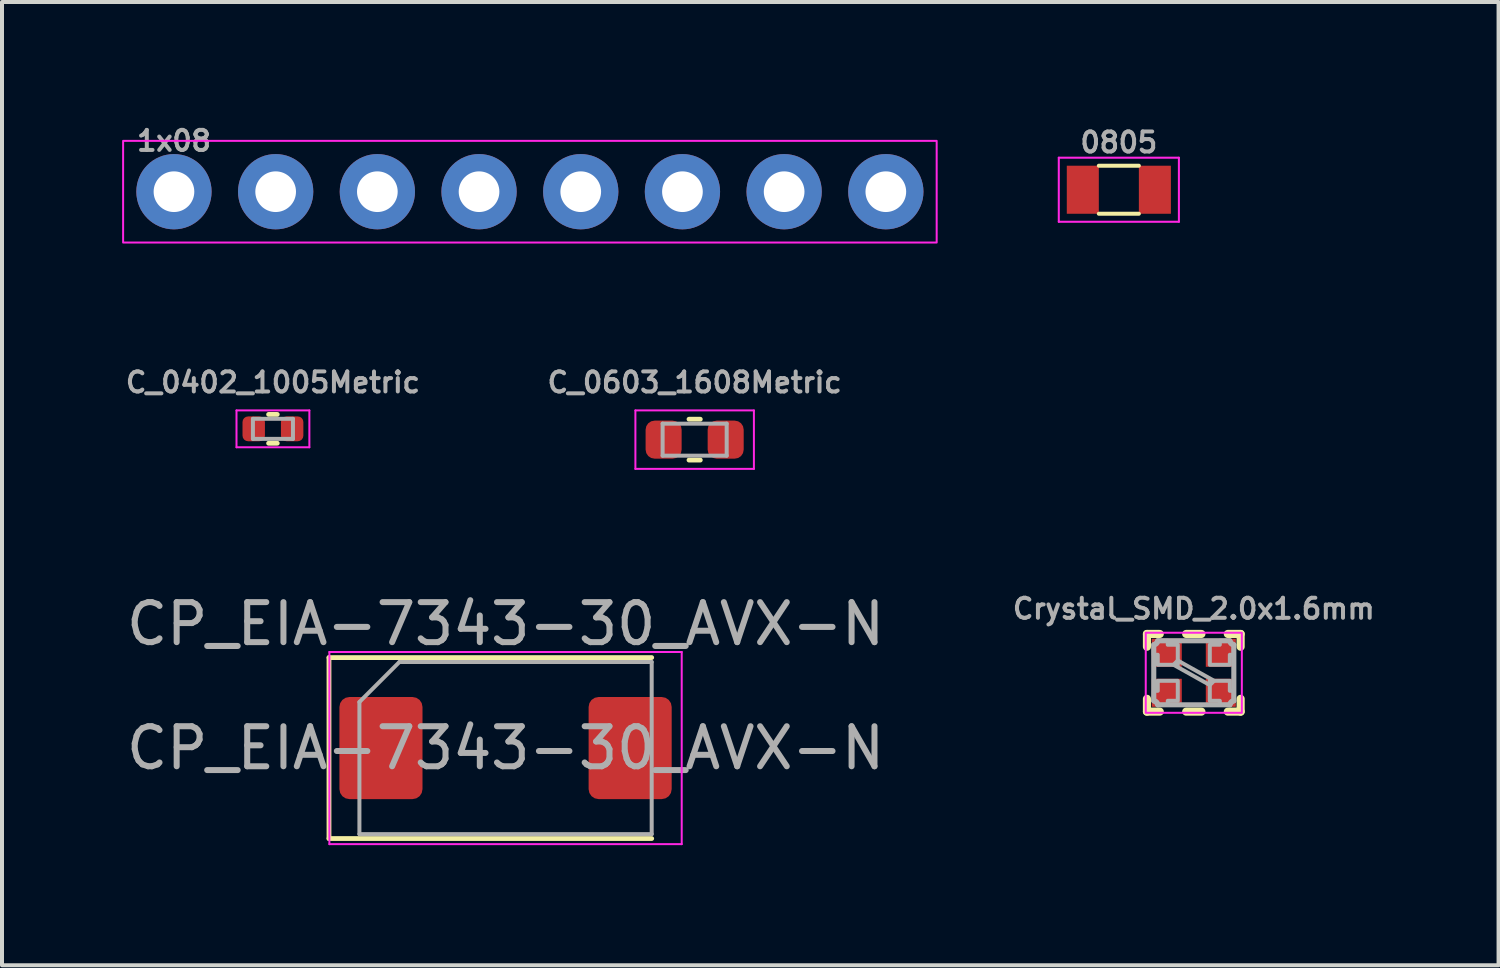
<source format=kicad_pcb>
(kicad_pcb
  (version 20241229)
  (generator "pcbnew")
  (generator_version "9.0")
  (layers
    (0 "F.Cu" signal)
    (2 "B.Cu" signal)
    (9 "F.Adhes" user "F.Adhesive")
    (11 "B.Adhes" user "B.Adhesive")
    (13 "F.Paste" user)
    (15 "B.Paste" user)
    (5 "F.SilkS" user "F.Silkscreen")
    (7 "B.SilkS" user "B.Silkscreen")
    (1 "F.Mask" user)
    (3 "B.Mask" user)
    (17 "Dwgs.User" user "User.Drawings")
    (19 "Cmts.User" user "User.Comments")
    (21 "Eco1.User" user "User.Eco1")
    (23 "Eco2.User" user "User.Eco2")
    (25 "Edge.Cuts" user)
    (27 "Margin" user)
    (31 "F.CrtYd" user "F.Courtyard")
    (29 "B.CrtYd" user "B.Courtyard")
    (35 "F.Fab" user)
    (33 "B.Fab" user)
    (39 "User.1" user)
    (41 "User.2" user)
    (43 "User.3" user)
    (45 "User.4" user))
  (footprint "0805"
    (layer "F.Cu")
    (at 24.895 1.689)
    (property "Reference" "0805" (at 0 -0.889 0) (layer "F.Fab") (effects (font (size 0.5 0.5) (thickness 0.1) (bold yes)) (justify bottom)))
    (attr smd)
    (fp_line (start -0.5 -0.6) (end 0.5 -0.6) (stroke (width 0.1) (type default)) (layer "F.SilkS"))
    (fp_line (start 0.5 0.6) (end -0.5 0.6) (stroke (width 0.1) (type default)) (layer "F.SilkS"))
    (fp_line (start -1.5 -0.8) (end 1.5 -0.8) (stroke (width 0.051) (type solid)) (layer "F.CrtYd"))
    (fp_line (start -1.5 0.8) (end -1.5 -0.8) (stroke (width 0.051) (type solid)) (layer "F.CrtYd"))
    (fp_line (start 1.5 -0.8) (end 1.5 0.8) (stroke (width 0.051) (type solid)) (layer "F.CrtYd"))
    (fp_line (start 1.5 0.8) (end -1.5 0.8) (stroke (width 0.051) (type solid)) (layer "F.CrtYd"))
    (pad "1" smd rect (at -0.9 0) (size 0.8 1.2) (layers "F.Cu" "F.Mask" "F.Paste"))
    (pad "2" smd rect (at 0.9 0) (size 0.8 1.2) (layers "F.Cu" "F.Mask" "F.Paste")))
  (footprint "1x08"
    (layer "F.Cu")
    (at 1.295 1.738)
    (property "Reference" "1x08" (at 0 -1.27 0) (layer "F.Fab") (effects (font (size 0.5 0.5) (thickness 0.1))))
    (fp_rect (start -1.27 -1.27) (end 19.05 1.27) (stroke (width 0.05) (type default)) (fill no) (layer "F.CrtYd"))
    (fp_poly (pts (xy -0.254 0.254) (xy 0.254 0.254) (xy 0.254 -0.254) (xy -0.254 -0.254)) (stroke (width 0.1) (type default)) (fill no) (layer "F.Fab"))
    (fp_poly (pts (xy 2.286 0.254) (xy 2.794 0.254) (xy 2.794 -0.254) (xy 2.286 -0.254)) (stroke (width 0.1) (type default)) (fill no) (layer "F.Fab"))
    (fp_poly (pts (xy 4.826 0.254) (xy 5.334 0.254) (xy 5.334 -0.254) (xy 4.826 -0.254)) (stroke (width 0.1) (type default)) (fill no) (layer "F.Fab"))
    (fp_poly (pts (xy 7.366 0.254) (xy 7.874 0.254) (xy 7.874 -0.254) (xy 7.366 -0.254)) (stroke (width 0.1) (type default)) (fill no) (layer "F.Fab"))
    (fp_poly (pts (xy 9.906 0.254) (xy 10.414 0.254) (xy 10.414 -0.254) (xy 9.906 -0.254)) (stroke (width 0.1) (type default)) (fill no) (layer "F.Fab"))
    (fp_poly (pts (xy 12.446 0.254) (xy 12.954 0.254) (xy 12.954 -0.254) (xy 12.446 -0.254)) (stroke (width 0.1) (type default)) (fill no) (layer "F.Fab"))
    (fp_poly (pts (xy 14.986 0.254) (xy 15.494 0.254) (xy 15.494 -0.254) (xy 14.986 -0.254)) (stroke (width 0.1) (type default)) (fill no) (layer "F.Fab"))
    (fp_poly (pts (xy 17.526 0.254) (xy 18.034 0.254) (xy 18.034 -0.254) (xy 17.526 -0.254)) (stroke (width 0.1) (type default)) (fill no) (layer "F.Fab"))
    (pad "1" thru_hole circle (at 0 0 90) (size 1.88 1.88) (drill 1.016) (layers "*.Cu" "*.Mask") (remove_unused_layers yes) (keep_end_layers yes) (zone_layer_connections))
    (pad "2" thru_hole circle (at 2.54 0 90) (size 1.88 1.88) (drill 1.016) (layers "*.Cu" "*.Mask") (remove_unused_layers yes) (keep_end_layers yes) (zone_layer_connections))
    (pad "3" thru_hole circle (at 5.08 0 90) (size 1.88 1.88) (drill 1.016) (layers "*.Cu" "*.Mask") (remove_unused_layers yes) (keep_end_layers yes) (zone_layer_connections))
    (pad "4" thru_hole circle (at 7.62 0 90) (size 1.88 1.88) (drill 1.016) (layers "*.Cu" "*.Mask") (remove_unused_layers yes) (keep_end_layers yes) (zone_layer_connections))
    (pad "5" thru_hole circle (at 10.16 0 90) (size 1.88 1.88) (drill 1.016) (layers "*.Cu" "*.Mask") (remove_unused_layers yes) (keep_end_layers yes) (zone_layer_connections))
    (pad "6" thru_hole circle (at 12.7 0 90) (size 1.88 1.88) (drill 1.016) (layers "*.Cu" "*.Mask") (remove_unused_layers yes) (keep_end_layers yes) (zone_layer_connections))
    (pad "7" thru_hole circle (at 15.24 0 90) (size 1.88 1.88) (drill 1.016) (layers "*.Cu" "*.Mask") (remove_unused_layers yes) (keep_end_layers yes) (zone_layer_connections))
    (pad "8" thru_hole circle (at 17.78 0 90) (size 1.88 1.88) (drill 1.016) (layers "*.Cu" "*.Mask") (remove_unused_layers yes) (keep_end_layers yes) (zone_layer_connections)))
  (footprint "Crystal_SMD_2.0x1.6mm"
    (layer "F.Cu")
    (at 26.767 13.754)
    (property "Reference" "Crystal_SMD_2.0x1.6mm" (at 0 -1.6 0) (layer "F.Fab") (effects (font (size 0.5 0.5) (thickness 0.1) (bold yes))))
    (attr smd)
    (fp_line (start -1.17 -0.65) (end -1.17 -0.97) (stroke (width 0.203) (type solid)) (layer "F.SilkS"))
    (fp_line (start -1.17 0.65) (end -1.17 0.97) (stroke (width 0.203) (type solid)) (layer "F.SilkS"))
    (fp_line (start -0.85 -0.97) (end -1.17 -0.97) (stroke (width 0.203) (type solid)) (layer "F.SilkS"))
    (fp_line (start -0.85 0.97) (end -1.17 0.97) (stroke (width 0.203) (type solid)) (layer "F.SilkS"))
    (fp_line (start -0.19 0.97) (end 0.19 0.97) (stroke (width 0.203) (type solid)) (layer "F.SilkS"))
    (fp_line (start 0.19 -0.97) (end -0.19 -0.97) (stroke (width 0.203) (type solid)) (layer "F.SilkS"))
    (fp_line (start 0.85 -0.97) (end 1.17 -0.97) (stroke (width 0.203) (type solid)) (layer "F.SilkS"))
    (fp_line (start 0.85 0.97) (end 1.17 0.97) (stroke (width 0.203) (type solid)) (layer "F.SilkS"))
    (fp_line (start 1.17 -0.65) (end 1.17 -0.97) (stroke (width 0.203) (type solid)) (layer "F.SilkS"))
    (fp_line (start 1.17 0.65) (end 1.17 0.97) (stroke (width 0.203) (type solid)) (layer "F.SilkS"))
    (fp_rect (start 1.2 -1) (end -1.2 1) (stroke (width 0.05) (type default)) (fill no) (layer "F.CrtYd"))
    (fp_line (start -1 -0.7) (end -1 0.7) (stroke (width 0.127) (type solid)) (layer "F.Fab"))
    (fp_line (start -0.9 0.8) (end 0.9 0.8) (stroke (width 0.127) (type solid)) (layer "F.Fab"))
    (fp_line (start 0.9 -0.8) (end -0.9 -0.8) (stroke (width 0.127) (type solid)) (layer "F.Fab"))
    (fp_line (start 1 0.7) (end 1 -0.7) (stroke (width 0.127) (type solid)) (layer "F.Fab"))
    (fp_arc (start -1 0.7) (mid -0.929289 0.729289) (end -0.9 0.8) (stroke (width 0.127) (type solid)) (layer "F.Fab"))
    (fp_arc (start -0.9 -0.8) (mid -0.929289 -0.729289) (end -1 -0.7) (stroke (width 0.127) (type solid)) (layer "F.Fab"))
    (fp_arc (start 0.9 0.8) (mid 0.929289 0.729289) (end 1 0.7) (stroke (width 0.127) (type solid)) (layer "F.Fab"))
    (fp_arc (start 1 -0.7) (mid 0.929289 -0.729289) (end 0.9 -0.8) (stroke (width 0.127) (type solid)) (layer "F.Fab"))
    (fp_poly (pts (xy 0.506 0.2) (xy 0.4 0.306) (xy -0.506 -0.2) (xy -0.4 -0.306)) (stroke (width 0.1) (type default)) (fill no) (layer "F.Fab"))
    (fp_poly (pts (xy -0.65 -0.7) (xy -0.4 -0.7) (xy -0.4 -0.2) (xy -0.9 -0.2) (xy -0.9 -0.45) (xy -1 -0.45) (xy -1 -0.7) (xy -0.9 -0.8) (xy -0.65 -0.8)) (stroke (width 0.1) (type default)) (fill no) (layer "F.Fab"))
    (fp_poly (pts (xy -0.4 0.7) (xy -0.65 0.7) (xy -0.65 0.8) (xy -0.9 0.8) (xy -1 0.7) (xy -1 0.45) (xy -0.9 0.45) (xy -0.9 0.2) (xy -0.4 0.2)) (stroke (width 0.1) (type default)) (fill no) (layer "F.Fab"))
    (fp_poly (pts (xy 0.9 0.45) (xy 1 0.45) (xy 1 0.7) (xy 0.9 0.8) (xy 0.65 0.8) (xy 0.65 0.7) (xy 0.4 0.7) (xy 0.4 0.2) (xy 0.9 0.2)) (stroke (width 0.1) (type default)) (fill no) (layer "F.Fab"))
    (fp_poly (pts (xy 1 -0.7) (xy 1 -0.45) (xy 0.9 -0.45) (xy 0.9 -0.2) (xy 0.4 -0.2) (xy 0.4 -0.7) (xy 0.65 -0.7) (xy 0.65 -0.8) (xy 0.9 -0.8)) (stroke (width 0.1) (type default)) (fill no) (layer "F.Fab"))
    (pad "1" smd rect (at -0.675 0.5) (size 0.75 0.7) (layers "F.Cu" "F.Mask" "F.Paste"))
    (pad "2" smd rect (at 0.675 -0.5 180) (size 0.75 0.7) (layers "F.Cu" "F.Mask" "F.Paste"))
    (pad "NC" smd rect (at -0.675 -0.5) (size 0.75 0.7) (layers "F.Cu" "F.Mask" "F.Paste"))
    (pad "NC" smd rect (at 0.675 0.5 180) (size 0.75 0.7) (layers "F.Cu" "F.Mask" "F.Paste")))
  (footprint "C_0603_1608Metric"
    (layer "F.Cu")
    (at 14.3 7.931)
    (property "Reference" "C_0603_1608Metric" (at 0 -1.43 0) (layer "F.Fab") (effects (font (size 0.5 0.5) (thickness 0.1) (bold yes))))
    (attr smd)
    (fp_line (start -0.141 -0.51) (end 0.141 -0.51) (stroke (width 0.12) (type solid)) (layer "F.SilkS"))
    (fp_line (start -0.141 0.51) (end 0.141 0.51) (stroke (width 0.12) (type solid)) (layer "F.SilkS"))
    (fp_line (start -1.48 -0.73) (end 1.48 -0.73) (stroke (width 0.05) (type solid)) (layer "F.CrtYd"))
    (fp_line (start -1.48 0.73) (end -1.48 -0.73) (stroke (width 0.05) (type solid)) (layer "F.CrtYd"))
    (fp_line (start 1.48 -0.73) (end 1.48 0.73) (stroke (width 0.05) (type solid)) (layer "F.CrtYd"))
    (fp_line (start 1.48 0.73) (end -1.48 0.73) (stroke (width 0.05) (type solid)) (layer "F.CrtYd"))
    (fp_line (start -0.8 -0.4) (end 0.8 -0.4) (stroke (width 0.1) (type solid)) (layer "F.Fab"))
    (fp_line (start -0.8 0.4) (end -0.8 -0.4) (stroke (width 0.1) (type solid)) (layer "F.Fab"))
    (fp_line (start 0.8 -0.4) (end 0.8 0.4) (stroke (width 0.1) (type solid)) (layer "F.Fab"))
    (fp_line (start 0.8 0.4) (end -0.8 0.4) (stroke (width 0.1) (type solid)) (layer "F.Fab"))
    (pad "1" smd roundrect (at -0.775 0) (size 0.9 0.95) (layers "F.Cu" "F.Mask" "F.Paste") (roundrect_rratio 0.25))
    (pad "2" smd roundrect (at 0.775 0) (size 0.9 0.95) (layers "F.Cu" "F.Mask" "F.Paste") (roundrect_rratio 0.25)))
  (footprint "C_0402_1005Metric"
    (layer "F.Cu")
    (at 3.767 7.661)
    (property "Reference" "C_0402_1005Metric" (at 0 -1.16 0) (layer "F.Fab") (effects (font (size 0.5 0.5) (thickness 0.1) (bold yes))))
    (attr smd)
    (fp_line (start -0.108 -0.36) (end 0.108 -0.36) (stroke (width 0.12) (type solid)) (layer "F.SilkS"))
    (fp_line (start -0.108 0.36) (end 0.108 0.36) (stroke (width 0.12) (type solid)) (layer "F.SilkS"))
    (fp_line (start -0.91 -0.46) (end 0.91 -0.46) (stroke (width 0.05) (type solid)) (layer "F.CrtYd"))
    (fp_line (start -0.91 0.46) (end -0.91 -0.46) (stroke (width 0.05) (type solid)) (layer "F.CrtYd"))
    (fp_line (start 0.91 -0.46) (end 0.91 0.46) (stroke (width 0.05) (type solid)) (layer "F.CrtYd"))
    (fp_line (start 0.91 0.46) (end -0.91 0.46) (stroke (width 0.05) (type solid)) (layer "F.CrtYd"))
    (fp_line (start -0.5 -0.25) (end 0.5 -0.25) (stroke (width 0.1) (type solid)) (layer "F.Fab"))
    (fp_line (start -0.5 0.25) (end -0.5 -0.25) (stroke (width 0.1) (type solid)) (layer "F.Fab"))
    (fp_line (start 0.5 -0.25) (end 0.5 0.25) (stroke (width 0.1) (type solid)) (layer "F.Fab"))
    (fp_line (start 0.5 0.25) (end -0.5 0.25) (stroke (width 0.1) (type solid)) (layer "F.Fab"))
    (pad "1" smd roundrect (at -0.48 0) (size 0.56 0.62) (layers "F.Cu" "F.Mask" "F.Paste") (roundrect_rratio 0.25))
    (pad "2" smd roundrect (at 0.48 0) (size 0.56 0.62) (layers "F.Cu" "F.Mask" "F.Paste") (roundrect_rratio 0.25)))
  (footprint "CP_EIA-7343-30_AVX-N"
    (layer "F.Cu")
    (at 9.577 15.634)
    (property "Reference" "CP_EIA-7343-30_AVX-N" (at 0 -3.1 0) (layer "F.Fab") (effects (font (size 1 1) (thickness 0.15))))
    (attr smd)
    (fp_line (start -4.41 -2.26) (end -4.41 2.26) (stroke (width 0.12) (type solid)) (layer "F.SilkS"))
    (fp_line (start -4.41 2.26) (end 3.65 2.26) (stroke (width 0.12) (type solid)) (layer "F.SilkS"))
    (fp_line (start 3.65 -2.26) (end -4.41 -2.26) (stroke (width 0.12) (type solid)) (layer "F.SilkS"))
    (fp_line (start -4.4 -2.4) (end 4.4 -2.4) (stroke (width 0.05) (type solid)) (layer "F.CrtYd"))
    (fp_line (start -4.4 2.4) (end -4.4 -2.4) (stroke (width 0.05) (type solid)) (layer "F.CrtYd"))
    (fp_line (start 4.4 -2.4) (end 4.4 2.4) (stroke (width 0.05) (type solid)) (layer "F.CrtYd"))
    (fp_line (start 4.4 2.4) (end -4.4 2.4) (stroke (width 0.05) (type solid)) (layer "F.CrtYd"))
    (fp_line (start -3.65 -1.15) (end -3.65 2.15) (stroke (width 0.1) (type solid)) (layer "F.Fab"))
    (fp_line (start -3.65 2.15) (end 3.65 2.15) (stroke (width 0.1) (type solid)) (layer "F.Fab"))
    (fp_line (start -2.65 -2.15) (end -3.65 -1.15) (stroke (width 0.1) (type solid)) (layer "F.Fab"))
    (fp_line (start 3.65 -2.15) (end -2.65 -2.15) (stroke (width 0.1) (type solid)) (layer "F.Fab"))
    (fp_line (start 3.65 2.15) (end 3.65 -2.15) (stroke (width 0.1) (type solid)) (layer "F.Fab"))
    (fp_text user "${REFERENCE}" (at 0 0 0) (layer "F.Fab") (effects (font (size 1 1) (thickness 0.15))))
    (pad "1" smd roundrect (at -3.112 0) (size 2.075 2.55) (layers "F.Cu" "F.Mask" "F.Paste") (roundrect_rratio 0.12))
    (pad "2" smd roundrect (at 3.112 0) (size 2.075 2.55) (layers "F.Cu" "F.Mask" "F.Paste") (roundrect_rratio 0.12)))
  (gr_rect
    (start -3 -3)
    (end 34.379 21.059)
    (stroke (width 0.1) (type default))
    (fill no)
    (layer "Edge.Cuts")))
</source>
